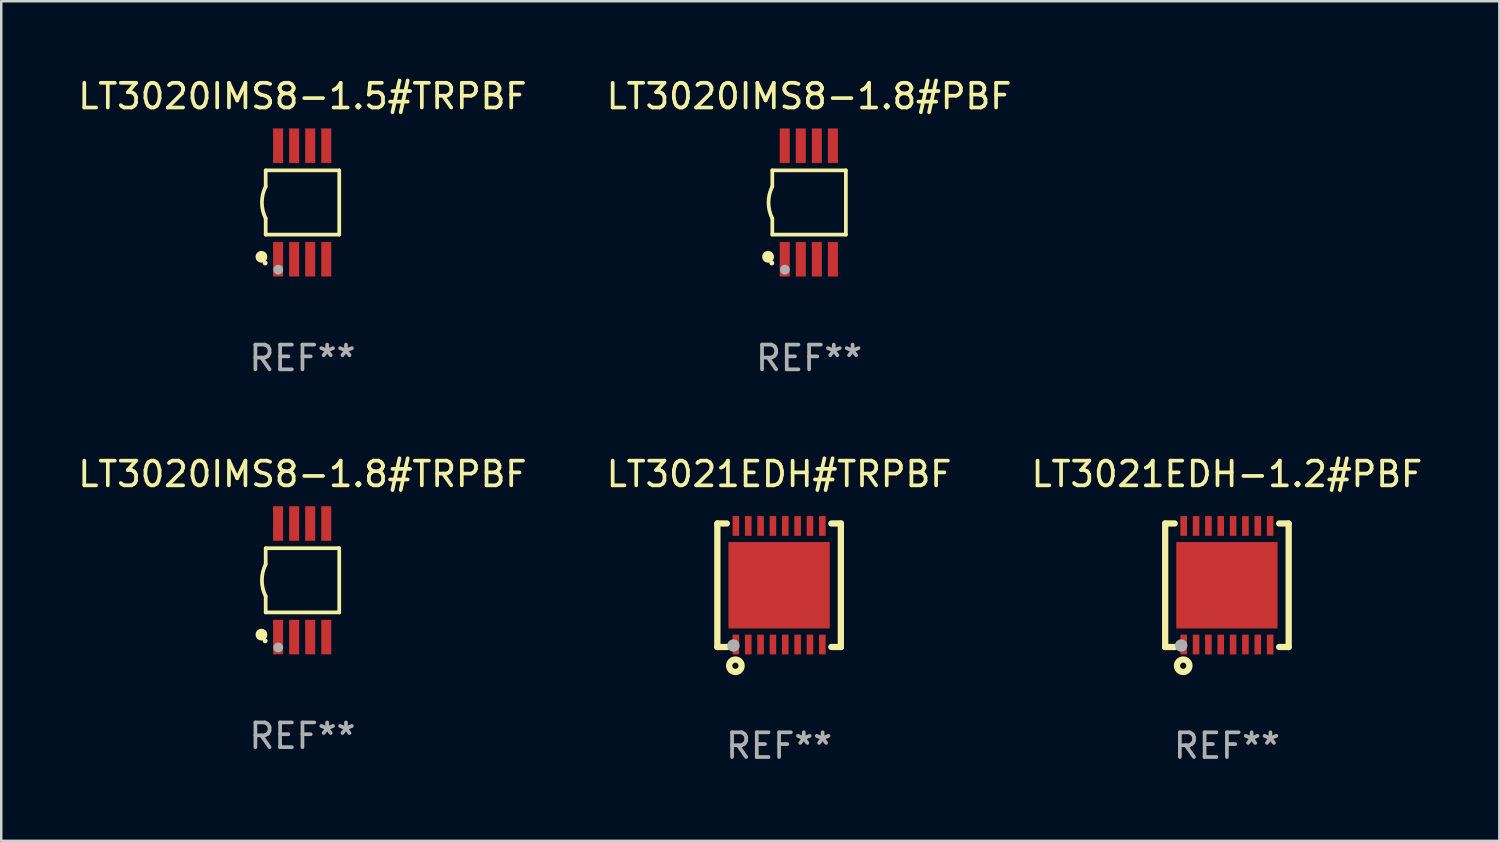
<source format=kicad_pcb>
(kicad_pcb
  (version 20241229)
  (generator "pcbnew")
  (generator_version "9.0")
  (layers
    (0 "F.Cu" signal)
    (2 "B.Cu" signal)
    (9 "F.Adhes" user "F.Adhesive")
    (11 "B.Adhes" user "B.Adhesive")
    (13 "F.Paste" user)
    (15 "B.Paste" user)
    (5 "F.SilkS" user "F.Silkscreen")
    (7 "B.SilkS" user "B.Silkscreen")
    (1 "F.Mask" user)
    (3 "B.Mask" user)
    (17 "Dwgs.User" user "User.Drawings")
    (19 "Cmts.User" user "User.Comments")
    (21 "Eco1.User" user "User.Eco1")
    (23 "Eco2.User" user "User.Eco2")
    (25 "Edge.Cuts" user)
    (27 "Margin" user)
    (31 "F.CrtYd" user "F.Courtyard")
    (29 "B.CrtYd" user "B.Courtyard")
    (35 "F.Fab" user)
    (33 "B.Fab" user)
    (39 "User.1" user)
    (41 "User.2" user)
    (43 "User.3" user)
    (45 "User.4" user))
  (footprint "LT3021EDH-1.2#PBF"
    (layer "F.Cu")
    (at 46.625 20.645)
    (property "Reference" "LT3021EDH-1.2#PBF" (at 0 -4.5 0) (layer "F.SilkS") (effects (font (size 1 1) (thickness 0.15))))
    (attr through_hole)
    (fp_line (start -2.5 -2.5) (end -2.5 2.5) (stroke (width 0.254) (type solid)) (layer "F.SilkS"))
    (fp_line (start -2.5 -2.5) (end -2.115 -2.5) (stroke (width 0.254) (type solid)) (layer "F.SilkS"))
    (fp_line (start -2.5 2.5) (end -2.115 2.5) (stroke (width 0.254) (type solid)) (layer "F.SilkS"))
    (fp_line (start 2.115 -2.5) (end 2.5 -2.5) (stroke (width 0.254) (type solid)) (layer "F.SilkS"))
    (fp_line (start 2.115 2.5) (end 2.5 2.5) (stroke (width 0.254) (type solid)) (layer "F.SilkS"))
    (fp_line (start 2.5 -2.5) (end 2.5 2.5) (stroke (width 0.254) (type solid)) (layer "F.SilkS"))
    (fp_circle (center -2.5 2.5) (end -2.47 2.5) (stroke (width 0.06) (type solid)) (fill no) (layer "F.SilkS"))
    (fp_circle (center -1.77 3.26) (end -1.645 3.26) (stroke (width 0.254) (type solid)) (fill no) (layer "F.SilkS"))
    (fp_circle (center -1.85 2.44) (end -1.723 2.44) (stroke (width 0.254) (type solid)) (fill no) (layer "F.Fab"))
    (fp_text user "REF**" (at 0 6.5 0) (layer "F.Fab") (effects (font (size 1 1) (thickness 0.15))))
    (pad "1" smd rect (at -1.75 2.4 180) (size 0.267 0.8) (layers "F.Cu" "F.Mask" "F.Paste"))
    (pad "2" smd rect (at -1.25 2.4 180) (size 0.267 0.8) (layers "F.Cu" "F.Mask" "F.Paste"))
    (pad "3" smd rect (at -0.75 2.4 180) (size 0.267 0.8) (layers "F.Cu" "F.Mask" "F.Paste"))
    (pad "4" smd rect (at -0.25 2.4 180) (size 0.267 0.8) (layers "F.Cu" "F.Mask" "F.Paste"))
    (pad "5" smd rect (at 0.25 2.4 180) (size 0.267 0.8) (layers "F.Cu" "F.Mask" "F.Paste"))
    (pad "6" smd rect (at 0.75 2.4 180) (size 0.267 0.8) (layers "F.Cu" "F.Mask" "F.Paste"))
    (pad "7" smd rect (at 1.25 2.4 180) (size 0.267 0.8) (layers "F.Cu" "F.Mask" "F.Paste"))
    (pad "8" smd rect (at 1.75 2.4 180) (size 0.267 0.8) (layers "F.Cu" "F.Mask" "F.Paste"))
    (pad "9" smd rect (at 1.75 -2.4 180) (size 0.267 0.8) (layers "F.Cu" "F.Mask" "F.Paste"))
    (pad "10" smd rect (at 1.25 -2.4 180) (size 0.267 0.8) (layers "F.Cu" "F.Mask" "F.Paste"))
    (pad "11" smd rect (at 0.75 -2.4 180) (size 0.267 0.8) (layers "F.Cu" "F.Mask" "F.Paste"))
    (pad "12" smd rect (at 0.25 -2.4 180) (size 0.267 0.8) (layers "F.Cu" "F.Mask" "F.Paste"))
    (pad "13" smd rect (at -0.25 -2.4 180) (size 0.267 0.8) (layers "F.Cu" "F.Mask" "F.Paste"))
    (pad "14" smd rect (at -0.75 -2.4 180) (size 0.267 0.8) (layers "F.Cu" "F.Mask" "F.Paste"))
    (pad "15" smd rect (at -1.25 -2.4 180) (size 0.267 0.8) (layers "F.Cu" "F.Mask" "F.Paste"))
    (pad "16" smd rect (at -1.75 -2.4 180) (size 0.267 0.8) (layers "F.Cu" "F.Mask" "F.Paste"))
    (pad "17" smd rect (at 0.000127 0.000114 180) (size 4.1 3.5) (layers "F.Cu" "F.Mask" "F.Paste")))
  (footprint "LT3021EDH#TRPBF"
    (layer "F.Cu")
    (at 28.494 20.645)
    (property "Reference" "LT3021EDH#TRPBF" (at 0 -4.5 0) (layer "F.SilkS") (effects (font (size 1 1) (thickness 0.15))))
    (attr through_hole)
    (fp_line (start -2.5 -2.5) (end -2.5 2.5) (stroke (width 0.254) (type solid)) (layer "F.SilkS"))
    (fp_line (start -2.5 -2.5) (end -2.115 -2.5) (stroke (width 0.254) (type solid)) (layer "F.SilkS"))
    (fp_line (start -2.5 2.5) (end -2.115 2.5) (stroke (width 0.254) (type solid)) (layer "F.SilkS"))
    (fp_line (start 2.115 -2.5) (end 2.5 -2.5) (stroke (width 0.254) (type solid)) (layer "F.SilkS"))
    (fp_line (start 2.115 2.5) (end 2.5 2.5) (stroke (width 0.254) (type solid)) (layer "F.SilkS"))
    (fp_line (start 2.5 -2.5) (end 2.5 2.5) (stroke (width 0.254) (type solid)) (layer "F.SilkS"))
    (fp_circle (center -2.5 2.5) (end -2.47 2.5) (stroke (width 0.06) (type solid)) (fill no) (layer "F.SilkS"))
    (fp_circle (center -1.77 3.26) (end -1.645 3.26) (stroke (width 0.254) (type solid)) (fill no) (layer "F.SilkS"))
    (fp_circle (center -1.85 2.44) (end -1.723 2.44) (stroke (width 0.254) (type solid)) (fill no) (layer "F.Fab"))
    (fp_text user "REF**" (at 0 6.5 0) (layer "F.Fab") (effects (font (size 1 1) (thickness 0.15))))
    (pad "1" smd rect (at -1.75 2.4 180) (size 0.267 0.8) (layers "F.Cu" "F.Mask" "F.Paste"))
    (pad "2" smd rect (at -1.25 2.4 180) (size 0.267 0.8) (layers "F.Cu" "F.Mask" "F.Paste"))
    (pad "3" smd rect (at -0.75 2.4 180) (size 0.267 0.8) (layers "F.Cu" "F.Mask" "F.Paste"))
    (pad "4" smd rect (at -0.25 2.4 180) (size 0.267 0.8) (layers "F.Cu" "F.Mask" "F.Paste"))
    (pad "5" smd rect (at 0.25 2.4 180) (size 0.267 0.8) (layers "F.Cu" "F.Mask" "F.Paste"))
    (pad "6" smd rect (at 0.75 2.4 180) (size 0.267 0.8) (layers "F.Cu" "F.Mask" "F.Paste"))
    (pad "7" smd rect (at 1.25 2.4 180) (size 0.267 0.8) (layers "F.Cu" "F.Mask" "F.Paste"))
    (pad "8" smd rect (at 1.75 2.4 180) (size 0.267 0.8) (layers "F.Cu" "F.Mask" "F.Paste"))
    (pad "9" smd rect (at 1.75 -2.4 180) (size 0.267 0.8) (layers "F.Cu" "F.Mask" "F.Paste"))
    (pad "10" smd rect (at 1.25 -2.4 180) (size 0.267 0.8) (layers "F.Cu" "F.Mask" "F.Paste"))
    (pad "11" smd rect (at 0.75 -2.4 180) (size 0.267 0.8) (layers "F.Cu" "F.Mask" "F.Paste"))
    (pad "12" smd rect (at 0.25 -2.4 180) (size 0.267 0.8) (layers "F.Cu" "F.Mask" "F.Paste"))
    (pad "13" smd rect (at -0.25 -2.4 180) (size 0.267 0.8) (layers "F.Cu" "F.Mask" "F.Paste"))
    (pad "14" smd rect (at -0.75 -2.4 180) (size 0.267 0.8) (layers "F.Cu" "F.Mask" "F.Paste"))
    (pad "15" smd rect (at -1.25 -2.4 180) (size 0.267 0.8) (layers "F.Cu" "F.Mask" "F.Paste"))
    (pad "16" smd rect (at -1.75 -2.4 180) (size 0.267 0.8) (layers "F.Cu" "F.Mask" "F.Paste"))
    (pad "17" smd rect (at 0.000127 0.000114 180) (size 4.1 3.5) (layers "F.Cu" "F.Mask" "F.Paste")))
  (footprint "LT3020IMS8-1.8#TRPBF"
    (layer "F.Cu")
    (at 9.196 20.445)
    (property "Reference" "LT3020IMS8-1.8#TRPBF" (at 0 -4.3 0) (layer "F.SilkS") (effects (font (size 1 1) (thickness 0.15))))
    (attr through_hole)
    (fp_line (start -1.489 -1.3) (end -1.489 -0.648) (stroke (width 0.15) (type solid)) (layer "F.SilkS"))
    (fp_line (start -1.489 0.648) (end -1.489 1.3) (stroke (width 0.15) (type solid)) (layer "F.SilkS"))
    (fp_line (start -1.489 1.3) (end 1.489 1.3) (stroke (width 0.15) (type solid)) (layer "F.SilkS"))
    (fp_line (start 1.489 -1.3) (end -1.489 -1.3) (stroke (width 0.15) (type solid)) (layer "F.SilkS"))
    (fp_line (start 1.489 1.3) (end 1.489 -1.3) (stroke (width 0.15) (type solid)) (layer "F.SilkS"))
    (fp_arc (start -1.489205 0.647702) (mid -1.642107 0) (end -1.489205 -0.647701) (stroke (width 0.150013) (type solid)) (layer "F.SilkS"))
    (fp_circle (center -1.661 2.2) (end -1.541 2.2) (stroke (width 0.24) (type solid)) (fill no) (layer "F.SilkS"))
    (fp_circle (center -1.511 2.45) (end -1.461 2.45) (stroke (width 0.1) (type solid)) (fill no) (layer "F.SilkS"))
    (fp_circle (center -0.981 2.72) (end -0.881 2.72) (stroke (width 0.2) (type solid)) (fill no) (layer "F.Fab"))
    (fp_text user "REF**" (at 0 6.3 0) (layer "F.Fab") (effects (font (size 1 1) (thickness 0.15))))
    (pad "1" smd rect (at -0.986 2.3) (size 0.406 1.397) (layers "F.Cu" "F.Mask" "F.Paste"))
    (pad "2" smd rect (at -0.336 2.3) (size 0.406 1.397) (layers "F.Cu" "F.Mask" "F.Paste"))
    (pad "3" smd rect (at 0.314 2.3) (size 0.406 1.397) (layers "F.Cu" "F.Mask" "F.Paste"))
    (pad "4" smd rect (at 0.964 2.3) (size 0.406 1.397) (layers "F.Cu" "F.Mask" "F.Paste"))
    (pad "5" smd rect (at 0.964 -2.3) (size 0.406 1.397) (layers "F.Cu" "F.Mask" "F.Paste"))
    (pad "6" smd rect (at 0.314 -2.3) (size 0.406 1.397) (layers "F.Cu" "F.Mask" "F.Paste"))
    (pad "7" smd rect (at -0.336 -2.3) (size 0.406 1.397) (layers "F.Cu" "F.Mask" "F.Paste"))
    (pad "8" smd rect (at -0.986 -2.3) (size 0.406 1.397) (layers "F.Cu" "F.Mask" "F.Paste")))
  (footprint "LT3020IMS8-1.5#TRPBF"
    (layer "F.Cu")
    (at 9.196 5.148)
    (property "Reference" "LT3020IMS8-1.5#TRPBF" (at 0 -4.3 0) (layer "F.SilkS") (effects (font (size 1 1) (thickness 0.15))))
    (attr through_hole)
    (fp_line (start -1.489 -1.3) (end -1.489 -0.648) (stroke (width 0.15) (type solid)) (layer "F.SilkS"))
    (fp_line (start -1.489 0.648) (end -1.489 1.3) (stroke (width 0.15) (type solid)) (layer "F.SilkS"))
    (fp_line (start -1.489 1.3) (end 1.489 1.3) (stroke (width 0.15) (type solid)) (layer "F.SilkS"))
    (fp_line (start 1.489 -1.3) (end -1.489 -1.3) (stroke (width 0.15) (type solid)) (layer "F.SilkS"))
    (fp_line (start 1.489 1.3) (end 1.489 -1.3) (stroke (width 0.15) (type solid)) (layer "F.SilkS"))
    (fp_arc (start -1.489205 0.647702) (mid -1.642107 0) (end -1.489205 -0.647701) (stroke (width 0.150013) (type solid)) (layer "F.SilkS"))
    (fp_circle (center -1.661 2.2) (end -1.541 2.2) (stroke (width 0.24) (type solid)) (fill no) (layer "F.SilkS"))
    (fp_circle (center -1.511 2.45) (end -1.461 2.45) (stroke (width 0.1) (type solid)) (fill no) (layer "F.SilkS"))
    (fp_circle (center -0.981 2.72) (end -0.881 2.72) (stroke (width 0.2) (type solid)) (fill no) (layer "F.Fab"))
    (fp_text user "REF**" (at 0 6.3 0) (layer "F.Fab") (effects (font (size 1 1) (thickness 0.15))))
    (pad "1" smd rect (at -0.986 2.3) (size 0.406 1.397) (layers "F.Cu" "F.Mask" "F.Paste"))
    (pad "2" smd rect (at -0.336 2.3) (size 0.406 1.397) (layers "F.Cu" "F.Mask" "F.Paste"))
    (pad "3" smd rect (at 0.314 2.3) (size 0.406 1.397) (layers "F.Cu" "F.Mask" "F.Paste"))
    (pad "4" smd rect (at 0.964 2.3) (size 0.406 1.397) (layers "F.Cu" "F.Mask" "F.Paste"))
    (pad "5" smd rect (at 0.964 -2.3) (size 0.406 1.397) (layers "F.Cu" "F.Mask" "F.Paste"))
    (pad "6" smd rect (at 0.314 -2.3) (size 0.406 1.397) (layers "F.Cu" "F.Mask" "F.Paste"))
    (pad "7" smd rect (at -0.336 -2.3) (size 0.406 1.397) (layers "F.Cu" "F.Mask" "F.Paste"))
    (pad "8" smd rect (at -0.986 -2.3) (size 0.406 1.397) (layers "F.Cu" "F.Mask" "F.Paste")))
  (footprint "LT3020IMS8-1.8#PBF"
    (layer "F.Cu")
    (at 29.708 5.148)
    (property "Reference" "LT3020IMS8-1.8#PBF" (at 0 -4.3 0) (layer "F.SilkS") (effects (font (size 1 1) (thickness 0.15))))
    (attr through_hole)
    (fp_line (start -1.489 -1.3) (end -1.489 -0.648) (stroke (width 0.15) (type solid)) (layer "F.SilkS"))
    (fp_line (start -1.489 0.648) (end -1.489 1.3) (stroke (width 0.15) (type solid)) (layer "F.SilkS"))
    (fp_line (start -1.489 1.3) (end 1.489 1.3) (stroke (width 0.15) (type solid)) (layer "F.SilkS"))
    (fp_line (start 1.489 -1.3) (end -1.489 -1.3) (stroke (width 0.15) (type solid)) (layer "F.SilkS"))
    (fp_line (start 1.489 1.3) (end 1.489 -1.3) (stroke (width 0.15) (type solid)) (layer "F.SilkS"))
    (fp_arc (start -1.489205 0.647702) (mid -1.642107 0) (end -1.489205 -0.647701) (stroke (width 0.150013) (type solid)) (layer "F.SilkS"))
    (fp_circle (center -1.661 2.2) (end -1.541 2.2) (stroke (width 0.24) (type solid)) (fill no) (layer "F.SilkS"))
    (fp_circle (center -1.511 2.45) (end -1.461 2.45) (stroke (width 0.1) (type solid)) (fill no) (layer "F.SilkS"))
    (fp_circle (center -0.981 2.72) (end -0.881 2.72) (stroke (width 0.2) (type solid)) (fill no) (layer "F.Fab"))
    (fp_text user "REF**" (at 0 6.3 0) (layer "F.Fab") (effects (font (size 1 1) (thickness 0.15))))
    (pad "1" smd rect (at -0.986 2.3) (size 0.406 1.397) (layers "F.Cu" "F.Mask" "F.Paste"))
    (pad "2" smd rect (at -0.336 2.3) (size 0.406 1.397) (layers "F.Cu" "F.Mask" "F.Paste"))
    (pad "3" smd rect (at 0.314 2.3) (size 0.406 1.397) (layers "F.Cu" "F.Mask" "F.Paste"))
    (pad "4" smd rect (at 0.964 2.3) (size 0.406 1.397) (layers "F.Cu" "F.Mask" "F.Paste"))
    (pad "5" smd rect (at 0.964 -2.3) (size 0.406 1.397) (layers "F.Cu" "F.Mask" "F.Paste"))
    (pad "6" smd rect (at 0.314 -2.3) (size 0.406 1.397) (layers "F.Cu" "F.Mask" "F.Paste"))
    (pad "7" smd rect (at -0.336 -2.3) (size 0.406 1.397) (layers "F.Cu" "F.Mask" "F.Paste"))
    (pad "8" smd rect (at -0.986 -2.3) (size 0.406 1.397) (layers "F.Cu" "F.Mask" "F.Paste")))
  (gr_rect
    (start -3 -3)
    (end 57.655 30.993)
    (stroke (width 0.1) (type default))
    (fill no)
    (layer "Edge.Cuts")))
</source>
